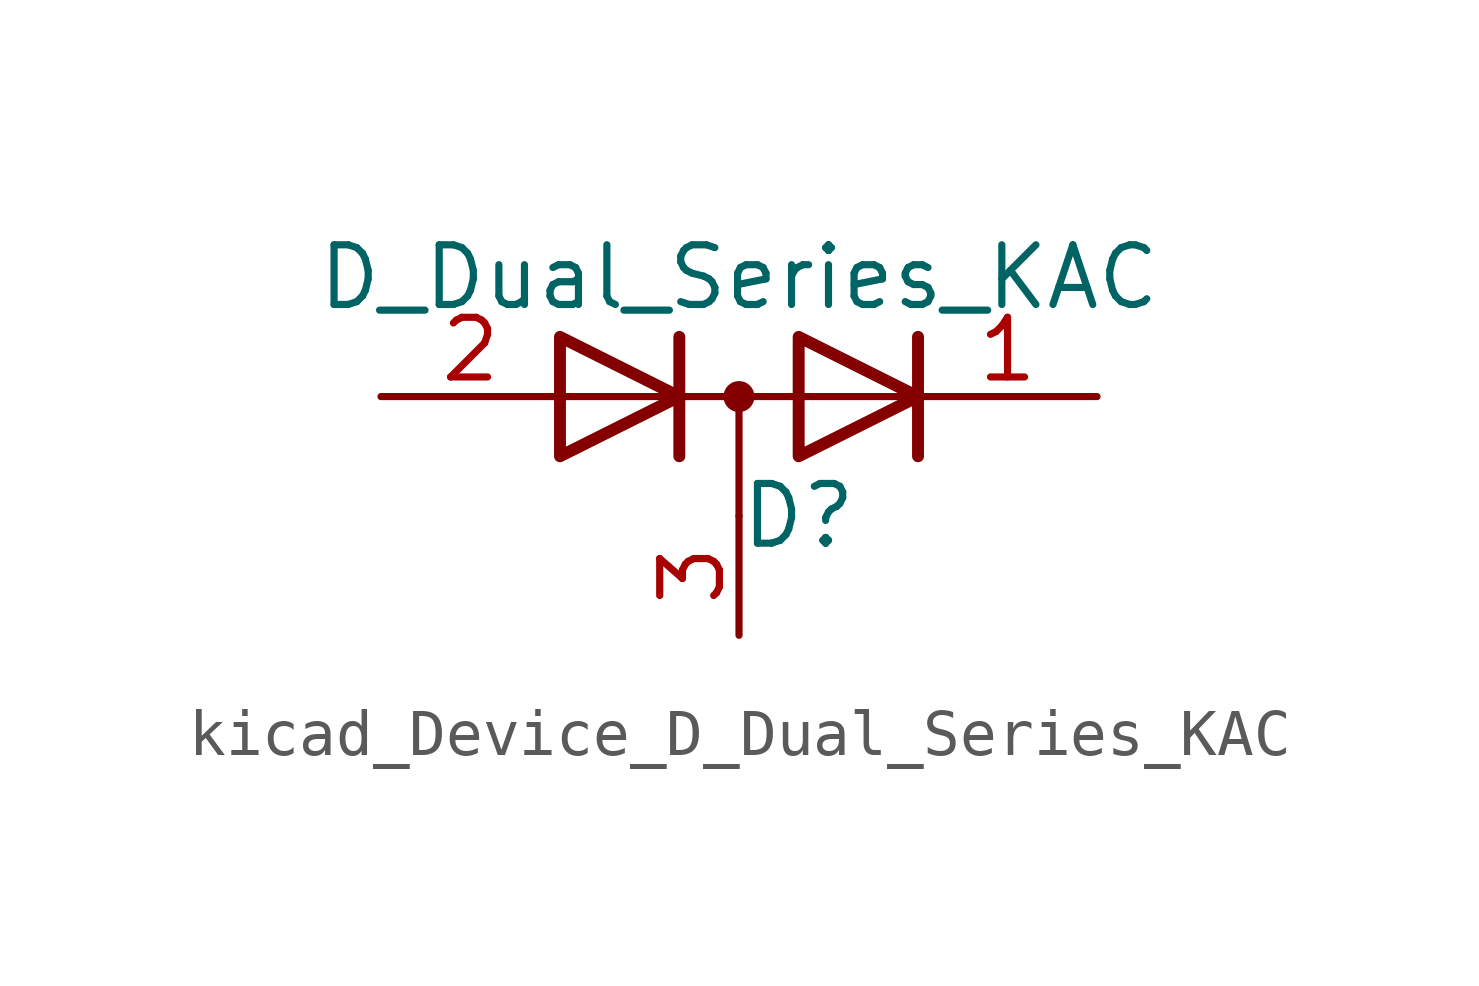
<source format=kicad_sym>
(kicad_symbol_lib
  (version 20220914)
  (generator kicad_symbol_editor)
  (symbol "kicad_Device_D_Dual_Series_KAC"
    (pin_names
      (offset 0.762) hide)
    (property "Reference" "D"
      (at 1.27 -2.54 0)
      (effects (font (size 1.27 1.27))))
    (property "Value" "D_Dual_Series_KAC"
      (at 0 2.54 0)
      (effects (font (size 1.27 1.27))))
    (symbol "kicad_Device_D_Dual_Series_KAC_0_1"
      (polyline (pts (xy 0 0) (xy 0 -2.54)) (stroke (width 0) (type default)) (fill (type none)))
      (polyline (pts (xy 3.81 0) (xy -3.81 0)) (stroke (width 0) (type default)) (fill (type none)))
      (polyline (pts (xy -1.27 -1.27) (xy -1.27 1.27) (xy -1.27 1.27)) (stroke (width 0.254) (type default)) (fill (type none)))
      (polyline (pts (xy 3.81 1.27) (xy 3.81 -1.27) (xy 3.81 -1.27)) (stroke (width 0.254) (type default)) (fill (type none)))
      (polyline (pts (xy -3.81 1.27) (xy -1.27 0) (xy -3.81 -1.27) (xy -3.81 1.27) (xy -3.81 1.27) (xy -3.81 1.27)) (stroke (width 0.254) (type default)) (fill (type none)))
      (polyline (pts (xy 1.27 1.27) (xy 3.81 0) (xy 1.27 -1.27) (xy 1.27 1.27) (xy 1.27 1.27) (xy 1.27 1.27)) (stroke (width 0.254) (type default)) (fill (type none)))
      (circle (center 0 0) (radius 0.254) (stroke (width 0) (type default)) (fill (type outline)))
      (pin passive line (at 7.62 0 180) (length 3.81) (name "K" (effects (font (size 1.27 1.27)))) (number "1" (effects (font (size 1.27 1.27)))))
      (pin passive line (at -7.62 0 0) (length 3.81) (name "A" (effects (font (size 1.27 1.27)))) (number "2" (effects (font (size 1.27 1.27)))))
      (pin passive line (at 0 -5.08 90) (length 2.54) (name "common" (effects (font (size 1.27 1.27)))) (number "3" (effects (font (size 1.27 1.27))))))))
</source>
